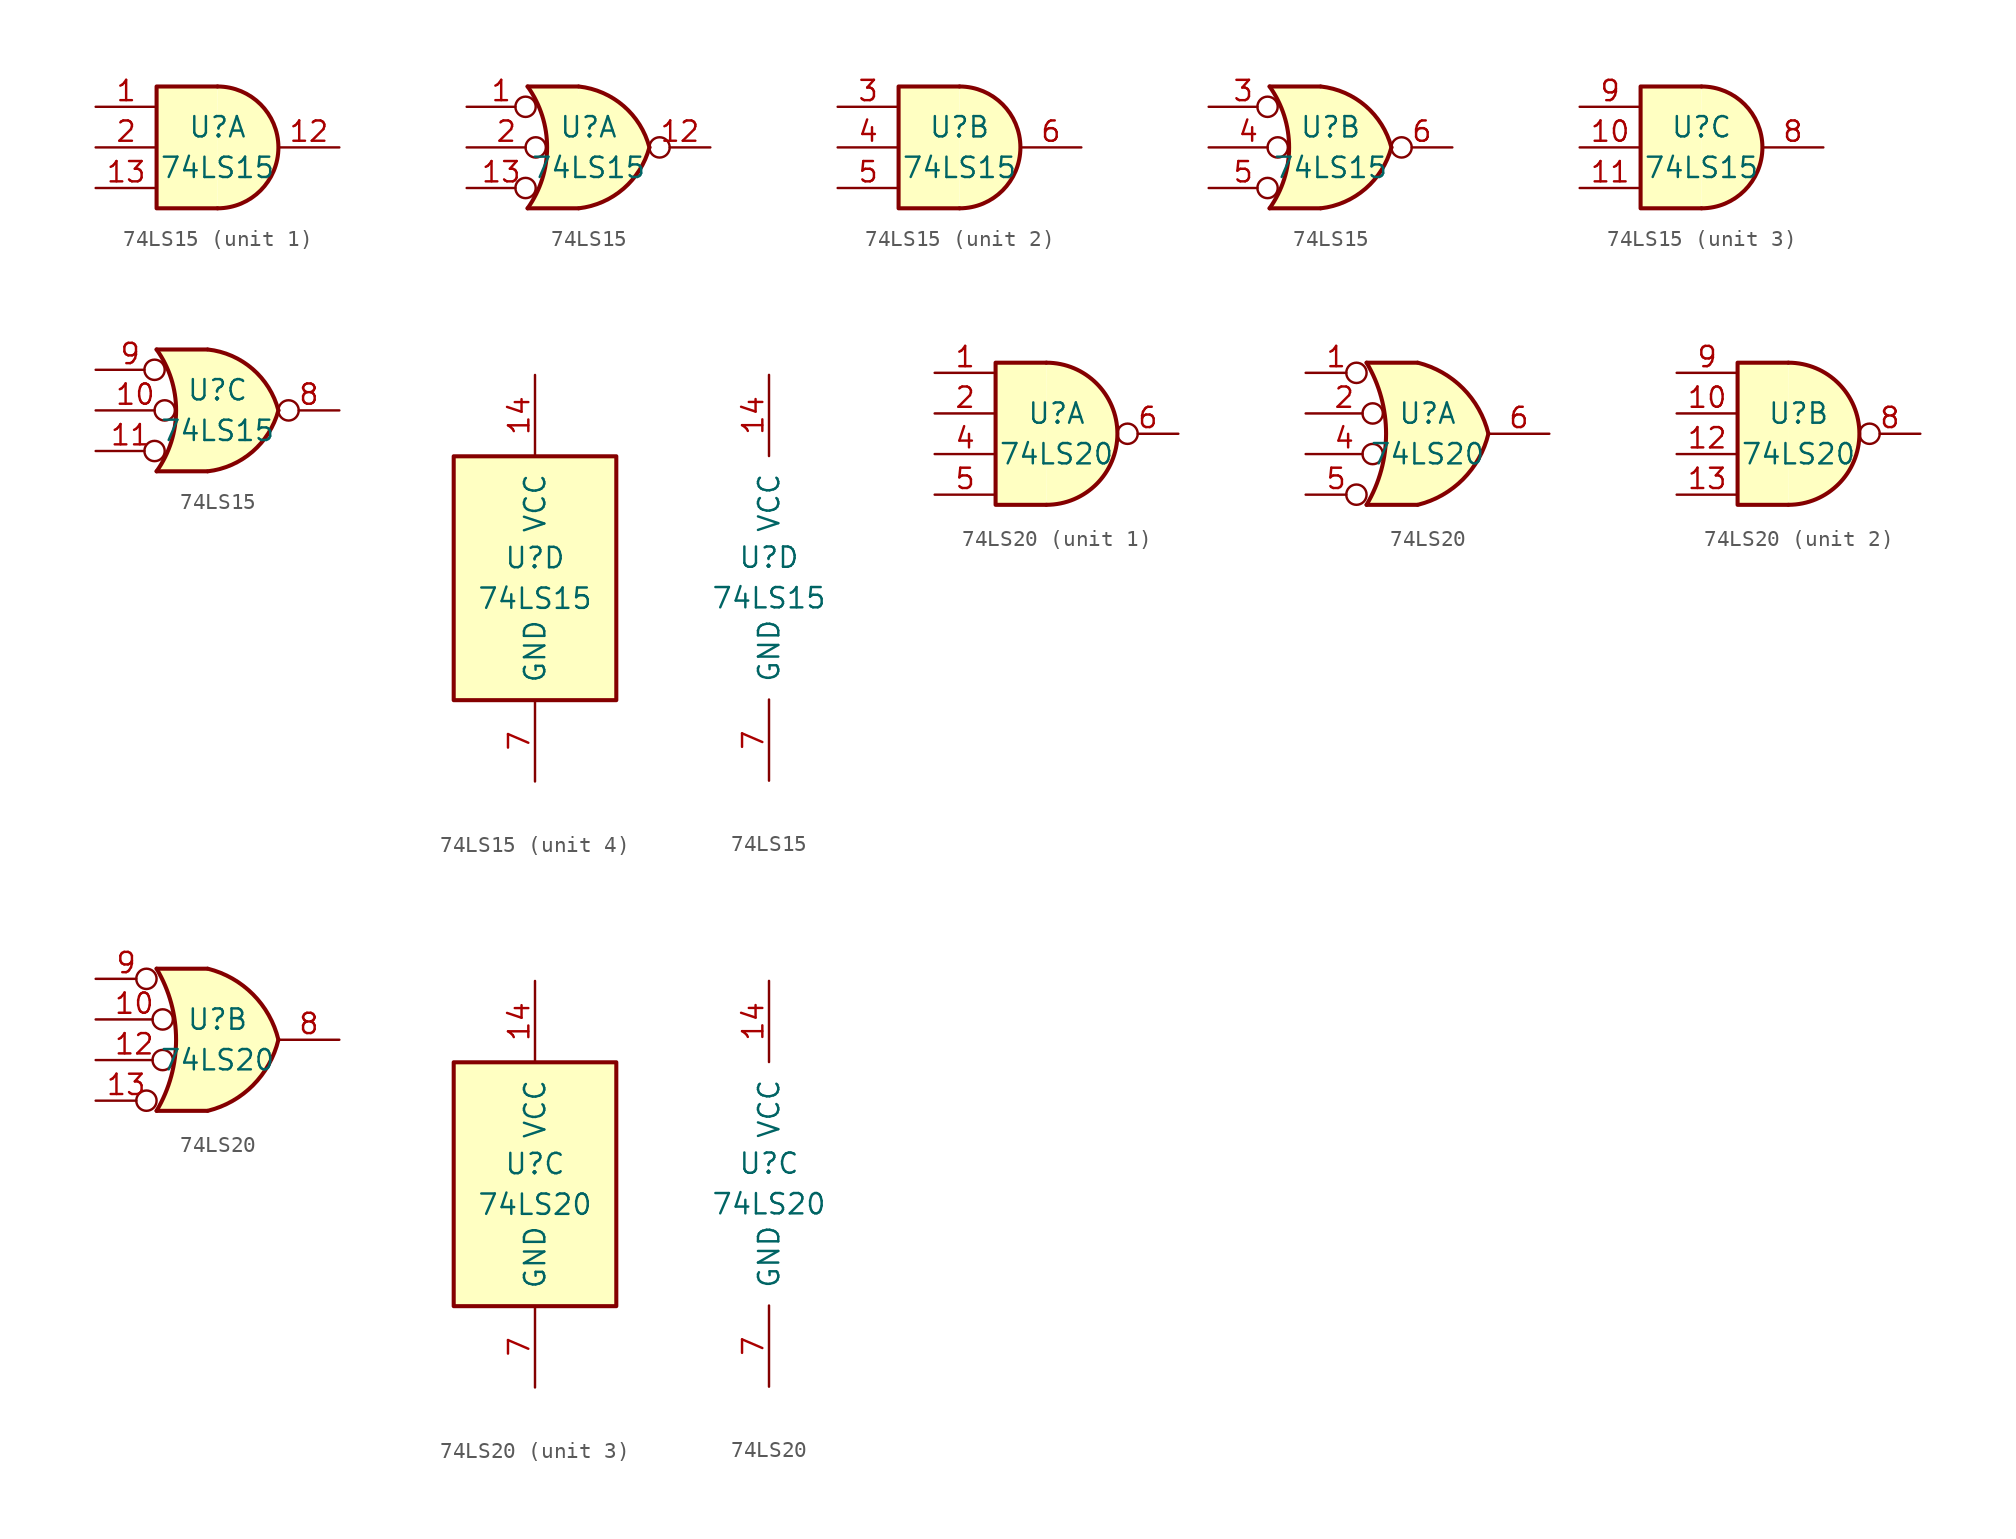
<source format=kicad_sym>
(kicad_symbol_lib
  (version 20211014)
  (generator kicad_symbol_editor)
  (symbol "74LS15"
    (pin_names
      (offset 1.016))
    (property "Reference" "U"
      (at 0 1.27 0)
      (effects (font (size 1.27 1.27))))
    (property "Value" "74LS15"
      (at 0 -1.27 0)
      (effects (font (size 1.27 1.27))))
    (property "ki_locked" ""
      (at 0 0 0)
      (effects (font (size 1.27 1.27))))
    (symbol "74LS15_1_1"
      (arc (start 0 -3.81) (mid 3.81 0) (end 0 3.81) (stroke (width 0.254) (type default) (color 0 0 0 0)) (fill (type background)))
      (polyline (pts (xy 0 3.81) (xy -3.81 3.81) (xy -3.81 -3.81) (xy 0 -3.81)) (stroke (width 0.254) (type default) (color 0 0 0 0)) (fill (type background)))
      (pin input line (at -7.62 2.54 0) (length 3.81) (name "~" (effects (font (size 1.27 1.27)))) (number "1" (effects (font (size 1.27 1.27)))))
      (pin open_collector line (at 7.62 0 180) (length 3.81) (name "~" (effects (font (size 1.27 1.27)))) (number "12" (effects (font (size 1.27 1.27)))))
      (pin input line (at -7.62 -2.54 0) (length 3.81) (name "~" (effects (font (size 1.27 1.27)))) (number "13" (effects (font (size 1.27 1.27)))))
      (pin input line (at -7.62 0 0) (length 3.81) (name "~" (effects (font (size 1.27 1.27)))) (number "2" (effects (font (size 1.27 1.27))))))
    (symbol "74LS15_1_2"
      (arc (start -3.81 -3.81) (mid -2.589 0) (end -3.81 3.81) (stroke (width 0.254) (type default) (color 0 0 0 0)) (fill (type none)))
      (arc (start -0.6096 -3.81) (mid 2.1855 -2.584) (end 3.81 0) (stroke (width 0.254) (type default) (color 0 0 0 0)) (fill (type background)))
      (polyline (pts (xy -3.81 -3.81) (xy -0.635 -3.81)) (stroke (width 0.254) (type default) (color 0 0 0 0)) (fill (type background)))
      (polyline (pts (xy -3.81 3.81) (xy -0.635 3.81)) (stroke (width 0.254) (type default) (color 0 0 0 0)) (fill (type background)))
      (polyline (pts (xy -0.635 3.81) (xy -3.81 3.81) (xy -3.81 3.81) (xy -3.556 3.404) (xy -3.023 2.261) (xy -2.692 1.041) (xy -2.616 -0.254) (xy -2.769 -1.499) (xy -3.175 -2.718) (xy -3.81 -3.81) (xy -3.81 -3.81) (xy -0.635 -3.81)) (stroke (width -25.4) (type default) (color 0 0 0 0)) (fill (type background)))
      (arc (start 3.81 0) (mid 2.1928 2.5925) (end -0.6096 3.81) (stroke (width 0.254) (type default) (color 0 0 0 0)) (fill (type background)))
      (pin input inverted (at -7.62 2.54 0) (length 4.318) (name "~" (effects (font (size 1.27 1.27)))) (number "1" (effects (font (size 1.27 1.27)))))
      (pin open_collector inverted (at 7.62 0 180) (length 3.81) (name "~" (effects (font (size 1.27 1.27)))) (number "12" (effects (font (size 1.27 1.27)))))
      (pin input inverted (at -7.62 -2.54 0) (length 4.318) (name "~" (effects (font (size 1.27 1.27)))) (number "13" (effects (font (size 1.27 1.27)))))
      (pin input inverted (at -7.62 0 0) (length 4.953) (name "~" (effects (font (size 1.27 1.27)))) (number "2" (effects (font (size 1.27 1.27))))))
    (symbol "74LS15_2_1"
      (arc (start 0 -3.81) (mid 3.81 0) (end 0 3.81) (stroke (width 0.254) (type default) (color 0 0 0 0)) (fill (type background)))
      (polyline (pts (xy 0 3.81) (xy -3.81 3.81) (xy -3.81 -3.81) (xy 0 -3.81)) (stroke (width 0.254) (type default) (color 0 0 0 0)) (fill (type background)))
      (pin input line (at -7.62 2.54 0) (length 3.81) (name "~" (effects (font (size 1.27 1.27)))) (number "3" (effects (font (size 1.27 1.27)))))
      (pin input line (at -7.62 0 0) (length 3.81) (name "~" (effects (font (size 1.27 1.27)))) (number "4" (effects (font (size 1.27 1.27)))))
      (pin input line (at -7.62 -2.54 0) (length 3.81) (name "~" (effects (font (size 1.27 1.27)))) (number "5" (effects (font (size 1.27 1.27)))))
      (pin open_collector line (at 7.62 0 180) (length 3.81) (name "~" (effects (font (size 1.27 1.27)))) (number "6" (effects (font (size 1.27 1.27))))))
    (symbol "74LS15_2_2"
      (arc (start -3.81 -3.81) (mid -2.589 0) (end -3.81 3.81) (stroke (width 0.254) (type default) (color 0 0 0 0)) (fill (type none)))
      (arc (start -0.6096 -3.81) (mid 2.1855 -2.584) (end 3.81 0) (stroke (width 0.254) (type default) (color 0 0 0 0)) (fill (type background)))
      (polyline (pts (xy -3.81 -3.81) (xy -0.635 -3.81)) (stroke (width 0.254) (type default) (color 0 0 0 0)) (fill (type background)))
      (polyline (pts (xy -3.81 3.81) (xy -0.635 3.81)) (stroke (width 0.254) (type default) (color 0 0 0 0)) (fill (type background)))
      (polyline (pts (xy -0.635 3.81) (xy -3.81 3.81) (xy -3.81 3.81) (xy -3.556 3.404) (xy -3.023 2.261) (xy -2.692 1.041) (xy -2.616 -0.254) (xy -2.769 -1.499) (xy -3.175 -2.718) (xy -3.81 -3.81) (xy -3.81 -3.81) (xy -0.635 -3.81)) (stroke (width -25.4) (type default) (color 0 0 0 0)) (fill (type background)))
      (arc (start 3.81 0) (mid 2.1928 2.5925) (end -0.6096 3.81) (stroke (width 0.254) (type default) (color 0 0 0 0)) (fill (type background)))
      (pin input inverted (at -7.62 2.54 0) (length 4.318) (name "~" (effects (font (size 1.27 1.27)))) (number "3" (effects (font (size 1.27 1.27)))))
      (pin input inverted (at -7.62 0 0) (length 4.953) (name "~" (effects (font (size 1.27 1.27)))) (number "4" (effects (font (size 1.27 1.27)))))
      (pin input inverted (at -7.62 -2.54 0) (length 4.318) (name "~" (effects (font (size 1.27 1.27)))) (number "5" (effects (font (size 1.27 1.27)))))
      (pin open_collector inverted (at 7.62 0 180) (length 3.81) (name "~" (effects (font (size 1.27 1.27)))) (number "6" (effects (font (size 1.27 1.27))))))
    (symbol "74LS15_3_1"
      (arc (start 0 -3.81) (mid 3.81 0) (end 0 3.81) (stroke (width 0.254) (type default) (color 0 0 0 0)) (fill (type background)))
      (polyline (pts (xy 0 3.81) (xy -3.81 3.81) (xy -3.81 -3.81) (xy 0 -3.81)) (stroke (width 0.254) (type default) (color 0 0 0 0)) (fill (type background)))
      (pin input line (at -7.62 0 0) (length 3.81) (name "~" (effects (font (size 1.27 1.27)))) (number "10" (effects (font (size 1.27 1.27)))))
      (pin input line (at -7.62 -2.54 0) (length 3.81) (name "~" (effects (font (size 1.27 1.27)))) (number "11" (effects (font (size 1.27 1.27)))))
      (pin open_collector line (at 7.62 0 180) (length 3.81) (name "~" (effects (font (size 1.27 1.27)))) (number "8" (effects (font (size 1.27 1.27)))))
      (pin input line (at -7.62 2.54 0) (length 3.81) (name "~" (effects (font (size 1.27 1.27)))) (number "9" (effects (font (size 1.27 1.27))))))
    (symbol "74LS15_3_2"
      (arc (start -3.81 -3.81) (mid -2.589 0) (end -3.81 3.81) (stroke (width 0.254) (type default) (color 0 0 0 0)) (fill (type none)))
      (arc (start -0.6096 -3.81) (mid 2.1855 -2.584) (end 3.81 0) (stroke (width 0.254) (type default) (color 0 0 0 0)) (fill (type background)))
      (polyline (pts (xy -3.81 -3.81) (xy -0.635 -3.81)) (stroke (width 0.254) (type default) (color 0 0 0 0)) (fill (type background)))
      (polyline (pts (xy -3.81 3.81) (xy -0.635 3.81)) (stroke (width 0.254) (type default) (color 0 0 0 0)) (fill (type background)))
      (polyline (pts (xy -0.635 3.81) (xy -3.81 3.81) (xy -3.81 3.81) (xy -3.556 3.404) (xy -3.023 2.261) (xy -2.692 1.041) (xy -2.616 -0.254) (xy -2.769 -1.499) (xy -3.175 -2.718) (xy -3.81 -3.81) (xy -3.81 -3.81) (xy -0.635 -3.81)) (stroke (width -25.4) (type default) (color 0 0 0 0)) (fill (type background)))
      (arc (start 3.81 0) (mid 2.1928 2.5925) (end -0.6096 3.81) (stroke (width 0.254) (type default) (color 0 0 0 0)) (fill (type background)))
      (pin input inverted (at -7.62 0 0) (length 4.953) (name "~" (effects (font (size 1.27 1.27)))) (number "10" (effects (font (size 1.27 1.27)))))
      (pin input inverted (at -7.62 -2.54 0) (length 4.318) (name "~" (effects (font (size 1.27 1.27)))) (number "11" (effects (font (size 1.27 1.27)))))
      (pin open_collector inverted (at 7.62 0 180) (length 3.81) (name "~" (effects (font (size 1.27 1.27)))) (number "8" (effects (font (size 1.27 1.27)))))
      (pin input inverted (at -7.62 2.54 0) (length 4.318) (name "~" (effects (font (size 1.27 1.27)))) (number "9" (effects (font (size 1.27 1.27))))))
    (symbol "74LS15_4_0"
      (pin power_in line (at 0 12.7 270) (length 5.08) (name "VCC" (effects (font (size 1.27 1.27)))) (number "14" (effects (font (size 1.27 1.27)))))
      (pin power_in line (at 0 -12.7 90) (length 5.08) (name "GND" (effects (font (size 1.27 1.27)))) (number "7" (effects (font (size 1.27 1.27))))))
    (symbol "74LS15_4_1"
      (rectangle (start -5.08 7.62) (end 5.08 -7.62) (stroke (width 0.254) (type default) (color 0 0 0 0)) (fill (type background)))))
  (symbol "74LS20"
    (pin_names
      (offset 1.016))
    (property "Reference" "U"
      (at 0 1.27 0)
      (effects (font (size 1.27 1.27))))
    (property "Value" "74LS20"
      (at 0 -1.27 0)
      (effects (font (size 1.27 1.27))))
    (property "ki_locked" ""
      (at 0 0 0)
      (effects (font (size 1.27 1.27))))
    (symbol "74LS20_1_1"
      (arc (start -0.635 -4.445) (mid 3.81 0) (end -0.635 4.445) (stroke (width 0.254) (type default) (color 0 0 0 0)) (fill (type background)))
      (polyline (pts (xy -0.635 4.445) (xy -3.81 4.445) (xy -3.81 -4.445) (xy -0.635 -4.445)) (stroke (width 0.254) (type default) (color 0 0 0 0)) (fill (type background)))
      (pin input line (at -7.62 3.81 0) (length 3.81) (name "~" (effects (font (size 1.27 1.27)))) (number "1" (effects (font (size 1.27 1.27)))))
      (pin input line (at -7.62 1.27 0) (length 3.81) (name "~" (effects (font (size 1.27 1.27)))) (number "2" (effects (font (size 1.27 1.27)))))
      (pin input line (at -7.62 -1.27 0) (length 3.81) (name "~" (effects (font (size 1.27 1.27)))) (number "4" (effects (font (size 1.27 1.27)))))
      (pin input line (at -7.62 -3.81 0) (length 3.81) (name "~" (effects (font (size 1.27 1.27)))) (number "5" (effects (font (size 1.27 1.27)))))
      (pin output inverted (at 7.62 0 180) (length 3.81) (name "~" (effects (font (size 1.27 1.27)))) (number "6" (effects (font (size 1.27 1.27))))))
    (symbol "74LS20_1_2"
      (arc (start -3.81 -4.445) (mid -2.5908 0) (end -3.81 4.445) (stroke (width 0.254) (type default) (color 0 0 0 0)) (fill (type none)))
      (arc (start -0.6096 -4.445) (mid 2.224 -2.8428) (end 3.81 0) (stroke (width 0.254) (type default) (color 0 0 0 0)) (fill (type background)))
      (polyline (pts (xy -3.81 -4.445) (xy -0.635 -4.445)) (stroke (width 0.254) (type default) (color 0 0 0 0)) (fill (type background)))
      (polyline (pts (xy -3.81 4.445) (xy -0.635 4.445)) (stroke (width 0.254) (type default) (color 0 0 0 0)) (fill (type background)))
      (polyline (pts (xy -0.635 4.445) (xy -3.81 4.445) (xy -3.81 4.445) (xy -3.632 4.089) (xy -3.099 2.921) (xy -2.769 1.676) (xy -2.616 0.432) (xy -2.642 -0.864) (xy -2.87 -2.108) (xy -3.251 -3.327) (xy -3.81 -4.445) (xy -3.81 -4.445) (xy -0.635 -4.445)) (stroke (width -25.4) (type default) (color 0 0 0 0)) (fill (type background)))
      (arc (start 3.81 0) (mid 2.2198 2.8386) (end -0.6096 4.445) (stroke (width 0.254) (type default) (color 0 0 0 0)) (fill (type background)))
      (pin input inverted (at -7.62 3.81 0) (length 3.81) (name "~" (effects (font (size 1.27 1.27)))) (number "1" (effects (font (size 1.27 1.27)))))
      (pin input inverted (at -7.62 1.27 0) (length 4.826) (name "~" (effects (font (size 1.27 1.27)))) (number "2" (effects (font (size 1.27 1.27)))))
      (pin input inverted (at -7.62 -1.27 0) (length 4.826) (name "~" (effects (font (size 1.27 1.27)))) (number "4" (effects (font (size 1.27 1.27)))))
      (pin input inverted (at -7.62 -3.81 0) (length 3.81) (name "~" (effects (font (size 1.27 1.27)))) (number "5" (effects (font (size 1.27 1.27)))))
      (pin output line (at 7.62 0 180) (length 3.81) (name "~" (effects (font (size 1.27 1.27)))) (number "6" (effects (font (size 1.27 1.27))))))
    (symbol "74LS20_2_1"
      (arc (start -0.635 -4.445) (mid 3.81 0) (end -0.635 4.445) (stroke (width 0.254) (type default) (color 0 0 0 0)) (fill (type background)))
      (polyline (pts (xy -0.635 4.445) (xy -3.81 4.445) (xy -3.81 -4.445) (xy -0.635 -4.445)) (stroke (width 0.254) (type default) (color 0 0 0 0)) (fill (type background)))
      (pin input line (at -7.62 1.27 0) (length 3.81) (name "~" (effects (font (size 1.27 1.27)))) (number "10" (effects (font (size 1.27 1.27)))))
      (pin input line (at -7.62 -1.27 0) (length 3.81) (name "~" (effects (font (size 1.27 1.27)))) (number "12" (effects (font (size 1.27 1.27)))))
      (pin input line (at -7.62 -3.81 0) (length 3.81) (name "~" (effects (font (size 1.27 1.27)))) (number "13" (effects (font (size 1.27 1.27)))))
      (pin output inverted (at 7.62 0 180) (length 3.81) (name "~" (effects (font (size 1.27 1.27)))) (number "8" (effects (font (size 1.27 1.27)))))
      (pin input line (at -7.62 3.81 0) (length 3.81) (name "~" (effects (font (size 1.27 1.27)))) (number "9" (effects (font (size 1.27 1.27))))))
    (symbol "74LS20_2_2"
      (arc (start -3.81 -4.445) (mid -2.5908 0) (end -3.81 4.445) (stroke (width 0.254) (type default) (color 0 0 0 0)) (fill (type none)))
      (arc (start -0.6096 -4.445) (mid 2.224 -2.8428) (end 3.81 0) (stroke (width 0.254) (type default) (color 0 0 0 0)) (fill (type background)))
      (polyline (pts (xy -3.81 -4.445) (xy -0.635 -4.445)) (stroke (width 0.254) (type default) (color 0 0 0 0)) (fill (type background)))
      (polyline (pts (xy -3.81 4.445) (xy -0.635 4.445)) (stroke (width 0.254) (type default) (color 0 0 0 0)) (fill (type background)))
      (polyline (pts (xy -0.635 4.445) (xy -3.81 4.445) (xy -3.81 4.445) (xy -3.632 4.089) (xy -3.099 2.921) (xy -2.769 1.676) (xy -2.616 0.432) (xy -2.642 -0.864) (xy -2.87 -2.108) (xy -3.251 -3.327) (xy -3.81 -4.445) (xy -3.81 -4.445) (xy -0.635 -4.445)) (stroke (width -25.4) (type default) (color 0 0 0 0)) (fill (type background)))
      (arc (start 3.81 0) (mid 2.2198 2.8386) (end -0.6096 4.445) (stroke (width 0.254) (type default) (color 0 0 0 0)) (fill (type background)))
      (pin input inverted (at -7.62 1.27 0) (length 4.826) (name "~" (effects (font (size 1.27 1.27)))) (number "10" (effects (font (size 1.27 1.27)))))
      (pin input inverted (at -7.62 -1.27 0) (length 4.826) (name "~" (effects (font (size 1.27 1.27)))) (number "12" (effects (font (size 1.27 1.27)))))
      (pin input inverted (at -7.62 -3.81 0) (length 3.81) (name "~" (effects (font (size 1.27 1.27)))) (number "13" (effects (font (size 1.27 1.27)))))
      (pin output line (at 7.62 0 180) (length 3.81) (name "~" (effects (font (size 1.27 1.27)))) (number "8" (effects (font (size 1.27 1.27)))))
      (pin input inverted (at -7.62 3.81 0) (length 3.81) (name "~" (effects (font (size 1.27 1.27)))) (number "9" (effects (font (size 1.27 1.27))))))
    (symbol "74LS20_3_0"
      (pin power_in line (at 0 12.7 270) (length 5.08) (name "VCC" (effects (font (size 1.27 1.27)))) (number "14" (effects (font (size 1.27 1.27)))))
      (pin power_in line (at 0 -12.7 90) (length 5.08) (name "GND" (effects (font (size 1.27 1.27)))) (number "7" (effects (font (size 1.27 1.27))))))
    (symbol "74LS20_3_1"
      (rectangle (start -5.08 7.62) (end 5.08 -7.62) (stroke (width 0.254) (type default) (color 0 0 0 0)) (fill (type background))))))
</source>
